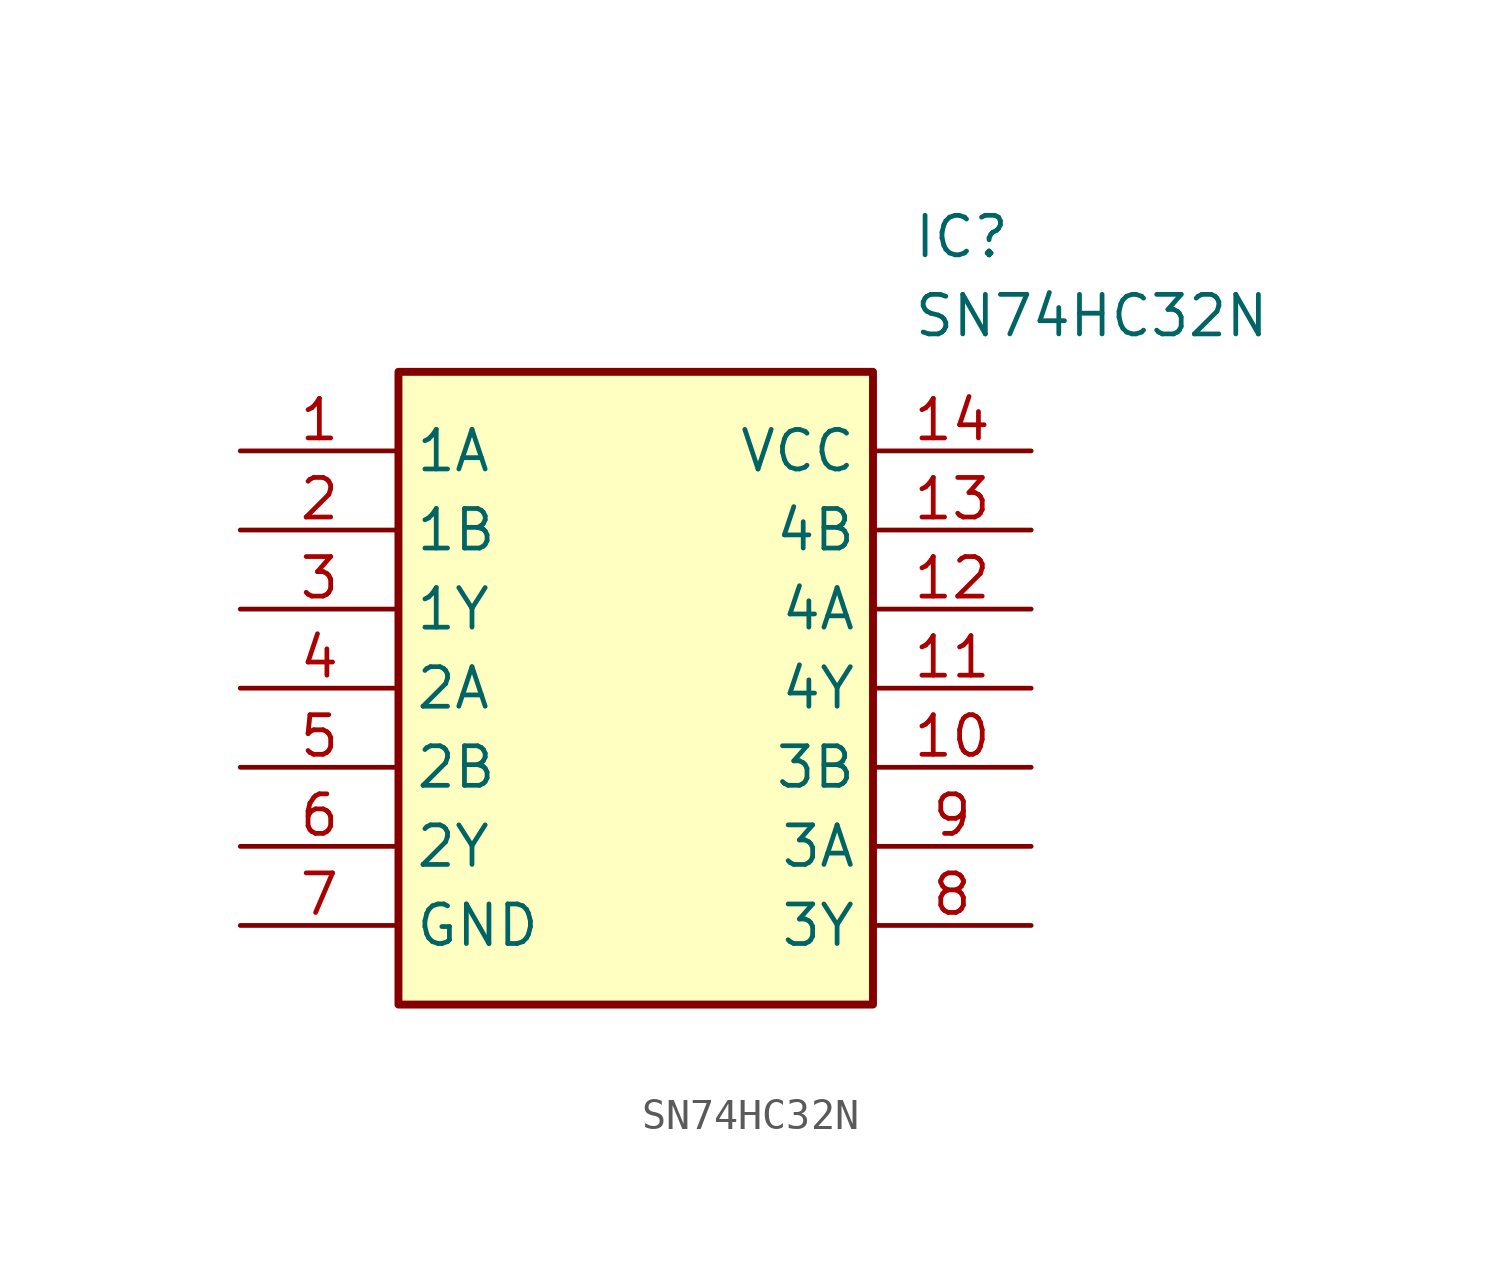
<source format=kicad_sym>
(kicad_symbol_lib
  (version 20211014)
  (generator SamacSys_ECAD_Model)
  (symbol "SN74HC32N"
    (property "Reference" "IC"
      (at 21.59 7.62 0)
      (effects (font (size 1.27 1.27)) (justify left top)))
    (property "Value" "SN74HC32N"
      (at 21.59 5.08 0)
      (effects (font (size 1.27 1.27)) (justify left top)))
    (rectangle
      (start 5.08 2.54)
      (end 20.32 -17.78)
      (stroke (width 0.254) (type default))
      (fill (type background)))
    (pin passive line
      (at 0 0 0)
      (length 5.08)
      (name "1A" (effects (font (size 1.27 1.27))))
      (number "1" (effects (font (size 1.27 1.27)))))
    (pin passive line
      (at 0 -2.54 0)
      (length 5.08)
      (name "1B" (effects (font (size 1.27 1.27))))
      (number "2" (effects (font (size 1.27 1.27)))))
    (pin passive line
      (at 0 -5.08 0)
      (length 5.08)
      (name "1Y" (effects (font (size 1.27 1.27))))
      (number "3" (effects (font (size 1.27 1.27)))))
    (pin passive line
      (at 0 -7.62 0)
      (length 5.08)
      (name "2A" (effects (font (size 1.27 1.27))))
      (number "4" (effects (font (size 1.27 1.27)))))
    (pin passive line
      (at 0 -10.16 0)
      (length 5.08)
      (name "2B" (effects (font (size 1.27 1.27))))
      (number "5" (effects (font (size 1.27 1.27)))))
    (pin passive line
      (at 0 -12.7 0)
      (length 5.08)
      (name "2Y" (effects (font (size 1.27 1.27))))
      (number "6" (effects (font (size 1.27 1.27)))))
    (pin passive line
      (at 0 -15.24 0)
      (length 5.08)
      (name "GND" (effects (font (size 1.27 1.27))))
      (number "7" (effects (font (size 1.27 1.27)))))
    (pin passive line
      (at 25.4 0 180)
      (length 5.08)
      (name "VCC" (effects (font (size 1.27 1.27))))
      (number "14" (effects (font (size 1.27 1.27)))))
    (pin passive line
      (at 25.4 -2.54 180)
      (length 5.08)
      (name "4B" (effects (font (size 1.27 1.27))))
      (number "13" (effects (font (size 1.27 1.27)))))
    (pin passive line
      (at 25.4 -5.08 180)
      (length 5.08)
      (name "4A" (effects (font (size 1.27 1.27))))
      (number "12" (effects (font (size 1.27 1.27)))))
    (pin passive line
      (at 25.4 -7.62 180)
      (length 5.08)
      (name "4Y" (effects (font (size 1.27 1.27))))
      (number "11" (effects (font (size 1.27 1.27)))))
    (pin passive line
      (at 25.4 -10.16 180)
      (length 5.08)
      (name "3B" (effects (font (size 1.27 1.27))))
      (number "10" (effects (font (size 1.27 1.27)))))
    (pin passive line
      (at 25.4 -12.7 180)
      (length 5.08)
      (name "3A" (effects (font (size 1.27 1.27))))
      (number "9" (effects (font (size 1.27 1.27)))))
    (pin passive line
      (at 25.4 -15.24 180)
      (length 5.08)
      (name "3Y" (effects (font (size 1.27 1.27))))
      (number "8" (effects (font (size 1.27 1.27)))))))
</source>
